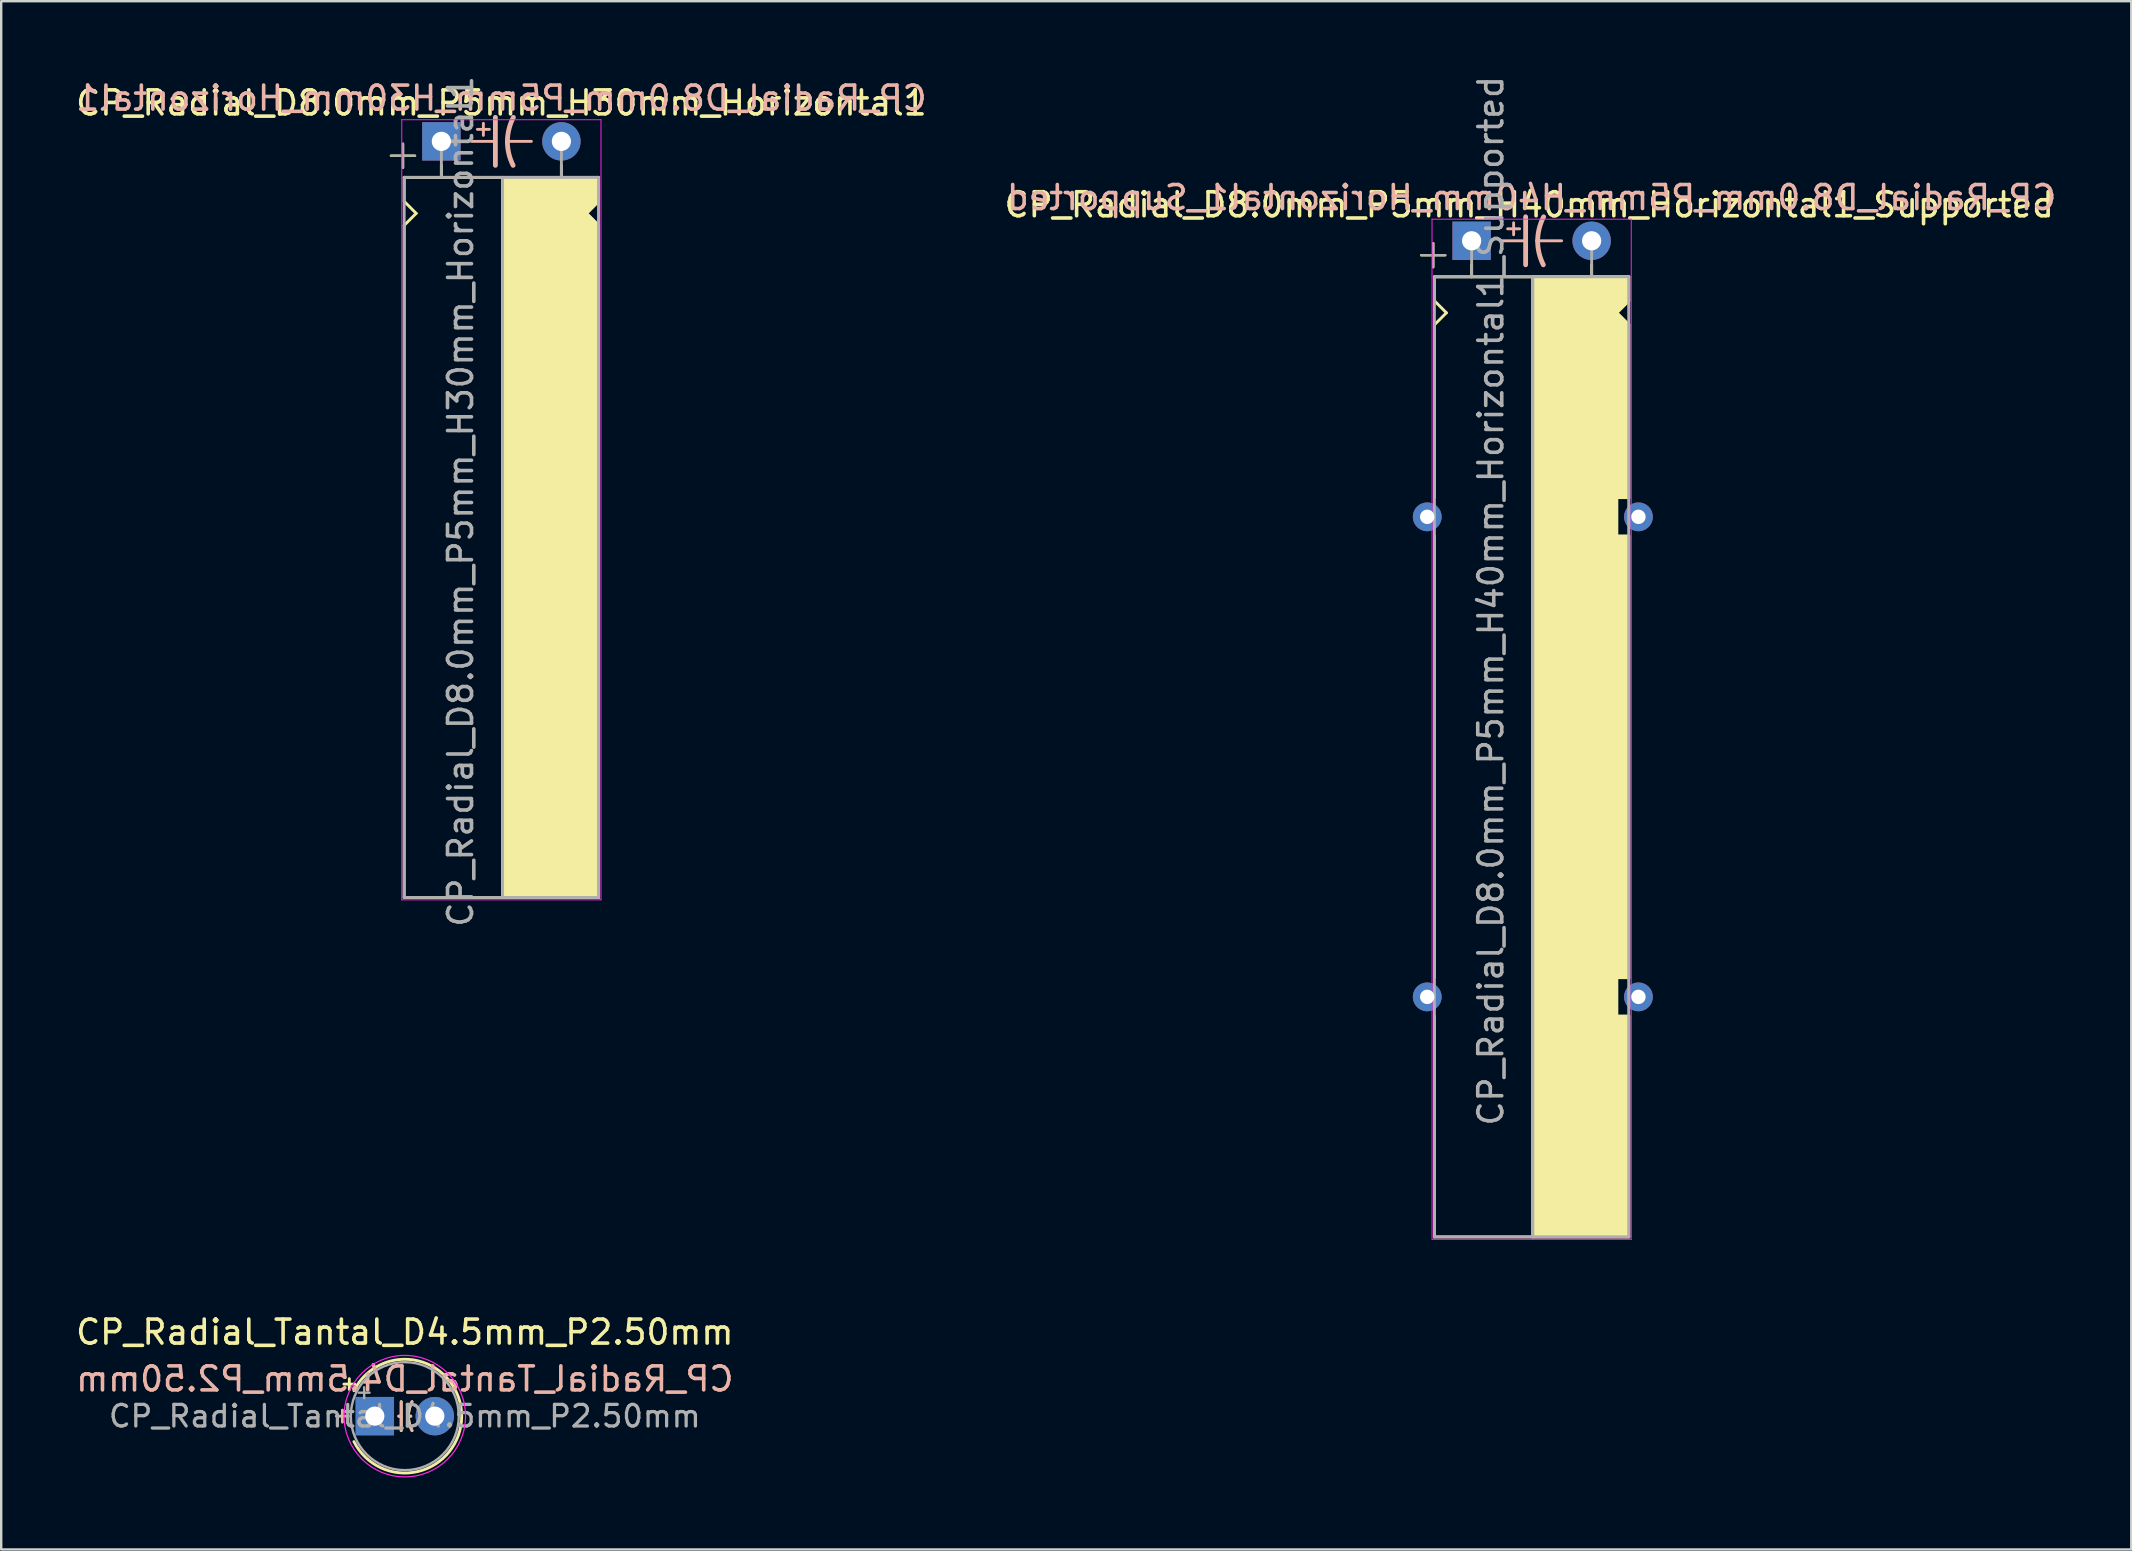
<source format=kicad_pcb>
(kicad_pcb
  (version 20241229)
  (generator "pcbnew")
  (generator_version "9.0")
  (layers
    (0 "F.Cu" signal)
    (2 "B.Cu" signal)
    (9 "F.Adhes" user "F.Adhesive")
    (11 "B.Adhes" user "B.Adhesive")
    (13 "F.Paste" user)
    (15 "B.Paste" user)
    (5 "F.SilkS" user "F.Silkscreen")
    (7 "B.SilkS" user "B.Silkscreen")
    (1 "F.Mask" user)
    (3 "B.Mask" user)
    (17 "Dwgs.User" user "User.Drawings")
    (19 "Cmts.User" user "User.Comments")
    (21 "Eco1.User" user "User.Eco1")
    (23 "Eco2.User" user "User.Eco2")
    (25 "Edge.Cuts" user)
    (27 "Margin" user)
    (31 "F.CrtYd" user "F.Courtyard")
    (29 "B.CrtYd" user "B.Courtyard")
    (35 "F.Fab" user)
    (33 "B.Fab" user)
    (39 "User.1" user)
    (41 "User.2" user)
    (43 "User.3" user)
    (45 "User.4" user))
  (footprint "CP_Radial_Tantal_D4.5mm_P2.50mm"
    (layer "F.Cu")
    (at 12.565 55.95)
    (property "Reference" "CP_Radial_Tantal_D4.5mm_P2.50mm" (at 1.25 -3.5 0) (layer "F.SilkS") (effects (font (size 1 1) (thickness 0.15))))
    (fp_line (start -1.287 -1.335) (end -0.837 -1.335) (stroke (width 0.12) (type solid)) (layer "F.SilkS"))
    (fp_line (start -1.062 -1.56) (end -1.062 -1.11) (stroke (width 0.12) (type solid)) (layer "F.SilkS"))
    (fp_line (start 1.1 -0.6) (end 1.1 0.6) (stroke (width 0.12) (type solid)) (layer "F.SilkS"))
    (fp_line (start 1.1 0) (end 1 0) (stroke (width 0.12) (type solid)) (layer "F.SilkS"))
    (fp_line (start 1.4 0) (end 1.5 0) (stroke (width 0.12) (type solid)) (layer "F.SilkS"))
    (fp_arc (start -0.869741 -1.06) (mid 3.62 0) (end -0.869741 1.06) (stroke (width 0.12) (type solid)) (layer "F.SilkS"))
    (fp_arc (start 1.4 0) (mid 1.438101 -0.309225) (end 1.55 -0.6) (stroke (width 0.12) (type solid)) (layer "F.SilkS"))
    (fp_arc (start 1.55 0.6) (mid 1.440022 0.308744) (end 1.4 0) (stroke (width 0.12) (type solid)) (layer "F.SilkS"))
    (fp_line (start -1.35 -0.25) (end -1.35 0.25) (stroke (width 0.12) (type solid)) (layer "B.SilkS"))
    (fp_line (start -1.1 0) (end -1.6 0) (stroke (width 0.12) (type solid)) (layer "B.SilkS"))
    (fp_line (start 1.1 0) (end 1 0) (stroke (width 0.12) (type solid)) (layer "B.SilkS"))
    (fp_line (start 1.1 0.6) (end 1.1 -0.6) (stroke (width 0.12) (type solid)) (layer "B.SilkS"))
    (fp_line (start 1.4 0) (end 1.5 0) (stroke (width 0.12) (type solid)) (layer "B.SilkS"))
    (fp_arc (start 1.4 0) (mid 1.440022 -0.308744) (end 1.55 -0.6) (stroke (width 0.12) (type solid)) (layer "B.SilkS"))
    (fp_arc (start 1.55 0.6) (mid 1.438099 0.309225) (end 1.4 0) (stroke (width 0.12) (type solid)) (layer "B.SilkS"))
    (fp_circle (center 1.25 0) (end 3.78 0) (stroke (width 0.05) (type solid)) (fill no) (layer "F.CrtYd"))
    (fp_line (start -0.668 -0.978) (end -0.218 -0.978) (stroke (width 0.1) (type solid)) (layer "F.Fab"))
    (fp_line (start -0.443 -1.202) (end -0.443 -0.752) (stroke (width 0.1) (type solid)) (layer "F.Fab"))
    (fp_circle (center 1.25 0) (end 3.5 0) (stroke (width 0.1) (type solid)) (fill no) (layer "F.Fab"))
    (fp_text user "${REFERENCE}" (at 1.25 -1.55 0) (layer "B.SilkS") (effects (font (size 1 1) (thickness 0.15)) (justify mirror)))
    (fp_text user "${REFERENCE}" (at 1.25 0 0) (layer "F.Fab") (effects (font (size 0.9 0.9) (thickness 0.135))))
    (pad "1" thru_hole rect (at 0 0) (size 1.6 1.6) (drill 0.8) (layers "*.Cu" "*.Mask"))
    (pad "2" thru_hole circle (at 2.5 0) (size 1.6 1.6) (drill 0.8) (layers "*.Cu" "*.Mask")))
  (footprint "CP_Radial_D8.0mm_P5mm_H40mm_Horizontal1_Supported"
    (layer "F.Cu")
    (at 58.261 6.982)
    (property "Reference" "CP_Radial_D8.0mm_P5mm_H40mm_Horizontal1_Supported" (at 2.4 -1.5 0) (layer "F.SilkS") (effects (font (size 1 1) (thickness 0.15))))
    (fp_line (start -2.1 0.6) (end -1.1 0.6) (stroke (width 0.1) (type solid)) (layer "F.SilkS"))
    (fp_line (start -1.6 1.1) (end -1.6 0.1) (stroke (width 0.1) (type solid)) (layer "F.SilkS"))
    (fp_line (start -1.55 1.5) (end -1.55 2.5) (stroke (width 0.12) (type solid)) (layer "F.SilkS"))
    (fp_line (start -1.55 1.5) (end 6.55 1.5) (stroke (width 0.12) (type solid)) (layer "F.SilkS"))
    (fp_line (start -1.55 2.5) (end -1.05 3) (stroke (width 0.12) (type solid)) (layer "F.SilkS"))
    (fp_line (start -1.55 10.7) (end -1.55 3.5) (stroke (width 0.12) (type solid)) (layer "F.SilkS"))
    (fp_line (start -1.55 12.3) (end -1.55 30.7) (stroke (width 0.12) (type solid)) (layer "F.SilkS"))
    (fp_line (start -1.55 32.3) (end -1.55 41.5) (stroke (width 0.12) (type solid)) (layer "F.SilkS"))
    (fp_line (start -1.55 41.5) (end 6.45 41.5) (stroke (width 0.12) (type solid)) (layer "F.SilkS"))
    (fp_line (start -1.05 3) (end -1.55 3.5) (stroke (width 0.12) (type solid)) (layer "F.SilkS"))
    (fp_line (start 0 1) (end 0 1.5) (stroke (width 0.12) (type solid)) (layer "F.SilkS"))
    (fp_line (start 2.55 41.5) (end 2.55 1.5) (stroke (width 0.12) (type solid)) (layer "F.SilkS"))
    (fp_line (start 5 1) (end 5 1.5) (stroke (width 0.12) (type solid)) (layer "F.SilkS"))
    (fp_line (start 6.05 3) (end 6.55 2.5) (stroke (width 0.12) (type solid)) (layer "F.SilkS"))
    (fp_line (start 6.05 10.7) (end 6.05 12.3) (stroke (width 0.12) (type solid)) (layer "F.SilkS"))
    (fp_line (start 6.05 12.3) (end 6.55 12.3) (stroke (width 0.12) (type solid)) (layer "F.SilkS"))
    (fp_line (start 6.05 30.7) (end 6.05 32.3) (stroke (width 0.12) (type solid)) (layer "F.SilkS"))
    (fp_line (start 6.05 32.3) (end 6.55 32.3) (stroke (width 0.12) (type solid)) (layer "F.SilkS"))
    (fp_line (start 6.55 2.5) (end 6.55 1.5) (stroke (width 0.12) (type solid)) (layer "F.SilkS"))
    (fp_line (start 6.55 3.5) (end 6.05 3) (stroke (width 0.12) (type solid)) (layer "F.SilkS"))
    (fp_line (start 6.55 10.7) (end 6.05 10.7) (stroke (width 0.12) (type solid)) (layer "F.SilkS"))
    (fp_line (start 6.55 10.7) (end 6.55 3.5) (stroke (width 0.12) (type solid)) (layer "F.SilkS"))
    (fp_line (start 6.55 12.3) (end 6.55 30.7) (stroke (width 0.12) (type solid)) (layer "F.SilkS"))
    (fp_line (start 6.55 30.7) (end 6.05 30.7) (stroke (width 0.12) (type solid)) (layer "F.SilkS"))
    (fp_line (start 6.55 32.3) (end 6.55 41.5) (stroke (width 0.12) (type solid)) (layer "F.SilkS"))
    (fp_line (start 6.55 41.5) (end 6.45 41.5) (stroke (width 0.12) (type solid)) (layer "F.SilkS"))
    (fp_poly (pts (xy 6.55 2.5) (xy 6.05 3) (xy 6.55 3.5) (xy 6.55 10.7) (xy 6.05 10.7) (xy 6.05 12.3) (xy 6.55 12.3) (xy 6.55 30.7) (xy 6.05 30.7) (xy 6.05 32.3) (xy 6.55 32.3) (xy 6.55 41.5) (xy 2.55 41.5) (xy 2.55 1.5) (xy 6.55 1.5)) (stroke (width 0.1) (type solid)) (fill yes) (layer "F.SilkS"))
    (fp_line (start 1.25 0) (end 2.25 0) (stroke (width 0.12) (type solid)) (layer "B.SilkS"))
    (fp_line (start 1.5 -0.5) (end 2 -0.5) (stroke (width 0.12) (type solid)) (layer "B.SilkS"))
    (fp_line (start 1.75 -0.75) (end 1.75 -0.25) (stroke (width 0.12) (type solid)) (layer "B.SilkS"))
    (fp_line (start 2.25 1) (end 2.25 -1) (stroke (width 0.2) (type solid)) (layer "B.SilkS"))
    (fp_line (start 3.75 0) (end 2.75 0) (stroke (width 0.12) (type solid)) (layer "B.SilkS"))
    (fp_arc (start 2.75 0) (mid 2.816707 -0.514573) (end 3 -1) (stroke (width 0.2) (type solid)) (layer "B.SilkS"))
    (fp_arc (start 2.987539 1) (mid 2.810248 0.513901) (end 2.75 0) (stroke (width 0.2) (type solid)) (layer "B.SilkS"))
    (fp_line (start -1.65 -0.9) (end 6.65 -0.9) (stroke (width 0.04) (type solid)) (layer "F.CrtYd"))
    (fp_line (start -1.65 1.5) (end -1.65 -0.9) (stroke (width 0.04) (type solid)) (layer "F.CrtYd"))
    (fp_line (start -1.65 41.6) (end -1.65 1.5) (stroke (width 0.04) (type solid)) (layer "F.CrtYd"))
    (fp_line (start 6.65 -0.9) (end 6.65 41.6) (stroke (width 0.04) (type solid)) (layer "F.CrtYd"))
    (fp_line (start 6.65 41.6) (end -1.65 41.6) (stroke (width 0.04) (type solid)) (layer "F.CrtYd"))
    (fp_line (start -2.1 0.6) (end -1.1 0.6) (stroke (width 0.1) (type solid)) (layer "F.Fab"))
    (fp_line (start -1.6 1.1) (end -1.6 0.1) (stroke (width 0.1) (type solid)) (layer "F.Fab"))
    (fp_line (start -1.55 1.5) (end 6.55 1.5) (stroke (width 0.12) (type solid)) (layer "F.Fab"))
    (fp_line (start -1.55 41.5) (end -1.55 1.5) (stroke (width 0.12) (type solid)) (layer "F.Fab"))
    (fp_line (start 0 1.5) (end 0 0) (stroke (width 0.12) (type solid)) (layer "F.Fab"))
    (fp_line (start 2.55 1.5) (end 2.55 41.5) (stroke (width 0.12) (type solid)) (layer "F.Fab"))
    (fp_line (start 5 1.5) (end 5 0) (stroke (width 0.12) (type solid)) (layer "F.Fab"))
    (fp_line (start 6.55 1.5) (end 6.55 41.5) (stroke (width 0.12) (type solid)) (layer "F.Fab"))
    (fp_line (start 6.55 41.5) (end -1.55 41.5) (stroke (width 0.12) (type solid)) (layer "F.Fab"))
    (fp_poly (pts (xy 6.55 41.5) (xy 2.55 41.5) (xy 2.55 1.5) (xy 6.55 1.5)) (stroke (width 0.1) (type solid)) (fill no) (layer "F.Fab"))
    (fp_text user "${REFERENCE}" (at 2.5 -1.8 0) (layer "B.SilkS") (effects (font (size 1 1) (thickness 0.15)) (justify mirror)))
    (fp_text user "${REFERENCE}" (at 0.8 15 90) (layer "F.Fab") (effects (font (size 1 1) (thickness 0.15))))
    (pad "1" thru_hole rect (at 0 0) (size 1.6 1.6) (drill 0.8) (layers "*.Cu" "*.Mask"))
    (pad "2" thru_hole circle (at 5 0) (size 1.6 1.6) (drill 0.8) (layers "*.Cu" "*.Mask"))
    (pad "~" thru_hole circle (at -1.85 11.5) (size 1.2 1.2) (drill 0.6) (layers "*.Cu" "*.Mask"))
    (pad "~" thru_hole circle (at -1.85 31.5) (size 1.2 1.2) (drill 0.6) (layers "*.Cu" "*.Mask"))
    (pad "~" thru_hole circle (at 6.95 11.5) (size 1.2 1.2) (drill 0.6) (layers "*.Cu" "*.Mask"))
    (pad "~" thru_hole circle (at 6.95 31.5) (size 1.2 1.2) (drill 0.6) (layers "*.Cu" "*.Mask")))
  (footprint "CP_Radial_D8.0mm_P5mm_H30mm_Horizontal1"
    (layer "F.Cu")
    (at 15.339 2.839)
    (property "Reference" "CP_Radial_D8.0mm_P5mm_H30mm_Horizontal1" (at 2.5 -1.6 0) (layer "F.SilkS") (effects (font (size 1 1) (thickness 0.15))))
    (fp_line (start -2.1 0.6) (end -1.1 0.6) (stroke (width 0.1) (type solid)) (layer "F.SilkS"))
    (fp_line (start -1.6 1.1) (end -1.6 0.1) (stroke (width 0.1) (type solid)) (layer "F.SilkS"))
    (fp_line (start -1.55 1.5) (end 6.55 1.5) (stroke (width 0.12) (type solid)) (layer "F.SilkS"))
    (fp_line (start -1.55 2.5) (end -1.55 1.5) (stroke (width 0.12) (type solid)) (layer "F.SilkS"))
    (fp_line (start -1.55 3.5) (end -1.55 31.5) (stroke (width 0.12) (type solid)) (layer "F.SilkS"))
    (fp_line (start -1.55 3.5) (end -1.05 3) (stroke (width 0.12) (type solid)) (layer "F.SilkS"))
    (fp_line (start -1.55 31.5) (end 6.55 31.5) (stroke (width 0.12) (type solid)) (layer "F.SilkS"))
    (fp_line (start -1.05 3) (end -1.55 2.5) (stroke (width 0.12) (type solid)) (layer "F.SilkS"))
    (fp_line (start 0 1) (end 0 1.5) (stroke (width 0.12) (type solid)) (layer "F.SilkS"))
    (fp_line (start 2.55 31.5) (end 2.55 1.5) (stroke (width 0.12) (type solid)) (layer "F.SilkS"))
    (fp_line (start 5 1) (end 5 1.5) (stroke (width 0.12) (type solid)) (layer "F.SilkS"))
    (fp_line (start 6.05 3) (end 6.55 2.5) (stroke (width 0.12) (type solid)) (layer "F.SilkS"))
    (fp_line (start 6.55 2.5) (end 6.55 1.5) (stroke (width 0.12) (type solid)) (layer "F.SilkS"))
    (fp_line (start 6.55 3.5) (end 6.05 3) (stroke (width 0.12) (type solid)) (layer "F.SilkS"))
    (fp_line (start 6.55 3.5) (end 6.55 31.5) (stroke (width 0.12) (type solid)) (layer "F.SilkS"))
    (fp_line (start 6.55 21.5) (end 6.45 21.5) (stroke (width 0.12) (type solid)) (layer "F.SilkS"))
    (fp_poly (pts (xy 6.55 2.5) (xy 6.05 3) (xy 6.55 3.5) (xy 6.55 31.5) (xy 2.55 31.5) (xy 2.55 1.5) (xy 6.55 1.5)) (stroke (width 0.1) (type solid)) (fill yes) (layer "F.SilkS"))
    (fp_line (start 1.25 0) (end 2.25 0) (stroke (width 0.12) (type solid)) (layer "B.SilkS"))
    (fp_line (start 1.5 -0.5) (end 2 -0.5) (stroke (width 0.12) (type solid)) (layer "B.SilkS"))
    (fp_line (start 1.75 -0.75) (end 1.75 -0.25) (stroke (width 0.12) (type solid)) (layer "B.SilkS"))
    (fp_line (start 2.25 1) (end 2.25 -1) (stroke (width 0.2) (type solid)) (layer "B.SilkS"))
    (fp_line (start 3.75 0) (end 2.75 0) (stroke (width 0.12) (type solid)) (layer "B.SilkS"))
    (fp_arc (start 2.75 0) (mid 2.816707 -0.514573) (end 3 -1) (stroke (width 0.2) (type solid)) (layer "B.SilkS"))
    (fp_arc (start 2.987539 1) (mid 2.810248 0.513901) (end 2.75 0) (stroke (width 0.2) (type solid)) (layer "B.SilkS"))
    (fp_line (start -1.65 -0.9) (end 6.65 -0.9) (stroke (width 0.04) (type solid)) (layer "F.CrtYd"))
    (fp_line (start -1.65 1.5) (end -1.65 -0.9) (stroke (width 0.04) (type solid)) (layer "F.CrtYd"))
    (fp_line (start -1.65 31.6) (end -1.65 1.5) (stroke (width 0.04) (type solid)) (layer "F.CrtYd"))
    (fp_line (start 6.65 -0.9) (end 6.65 31.6) (stroke (width 0.04) (type solid)) (layer "F.CrtYd"))
    (fp_line (start 6.65 31.6) (end -1.65 31.6) (stroke (width 0.04) (type solid)) (layer "F.CrtYd"))
    (fp_line (start -2.1 0.6) (end -1.1 0.6) (stroke (width 0.1) (type solid)) (layer "F.Fab"))
    (fp_line (start -1.6 1.1) (end -1.6 0.1) (stroke (width 0.1) (type solid)) (layer "F.Fab"))
    (fp_line (start -1.55 1.5) (end 6.55 1.5) (stroke (width 0.12) (type solid)) (layer "F.Fab"))
    (fp_line (start -1.55 31.5) (end -1.55 1.5) (stroke (width 0.12) (type solid)) (layer "F.Fab"))
    (fp_line (start 0 1.5) (end 0 0) (stroke (width 0.12) (type solid)) (layer "F.Fab"))
    (fp_line (start 2.55 1.5) (end 2.55 31.5) (stroke (width 0.12) (type solid)) (layer "F.Fab"))
    (fp_line (start 5 1.5) (end 5 0) (stroke (width 0.12) (type solid)) (layer "F.Fab"))
    (fp_line (start 6.55 1.5) (end 6.55 31.5) (stroke (width 0.12) (type solid)) (layer "F.Fab"))
    (fp_line (start 6.55 31.5) (end -1.55 31.5) (stroke (width 0.12) (type solid)) (layer "F.Fab"))
    (fp_poly (pts (xy 6.55 31.5) (xy 2.55 31.5) (xy 2.55 1.5) (xy 6.55 1.5)) (stroke (width 0.1) (type solid)) (fill no) (layer "F.Fab"))
    (fp_text user "${REFERENCE}" (at 2.5 -1.8 0) (layer "B.SilkS") (effects (font (size 1 1) (thickness 0.15)) (justify mirror)))
    (fp_text user "${REFERENCE}" (at 0.8 15 90) (layer "F.Fab") (effects (font (size 1 1) (thickness 0.15))))
    (pad "1" thru_hole rect (at 0 0) (size 1.6 1.6) (drill 0.8) (layers "*.Cu" "*.Mask"))
    (pad "2" thru_hole circle (at 5 0) (size 1.6 1.6) (drill 0.8) (layers "*.Cu" "*.Mask")))
  (gr_rect
    (start -3 -3)
    (end 85.743 61.505)
    (stroke (width 0.1) (type default))
    (fill no)
    (layer "Edge.Cuts")))
</source>
